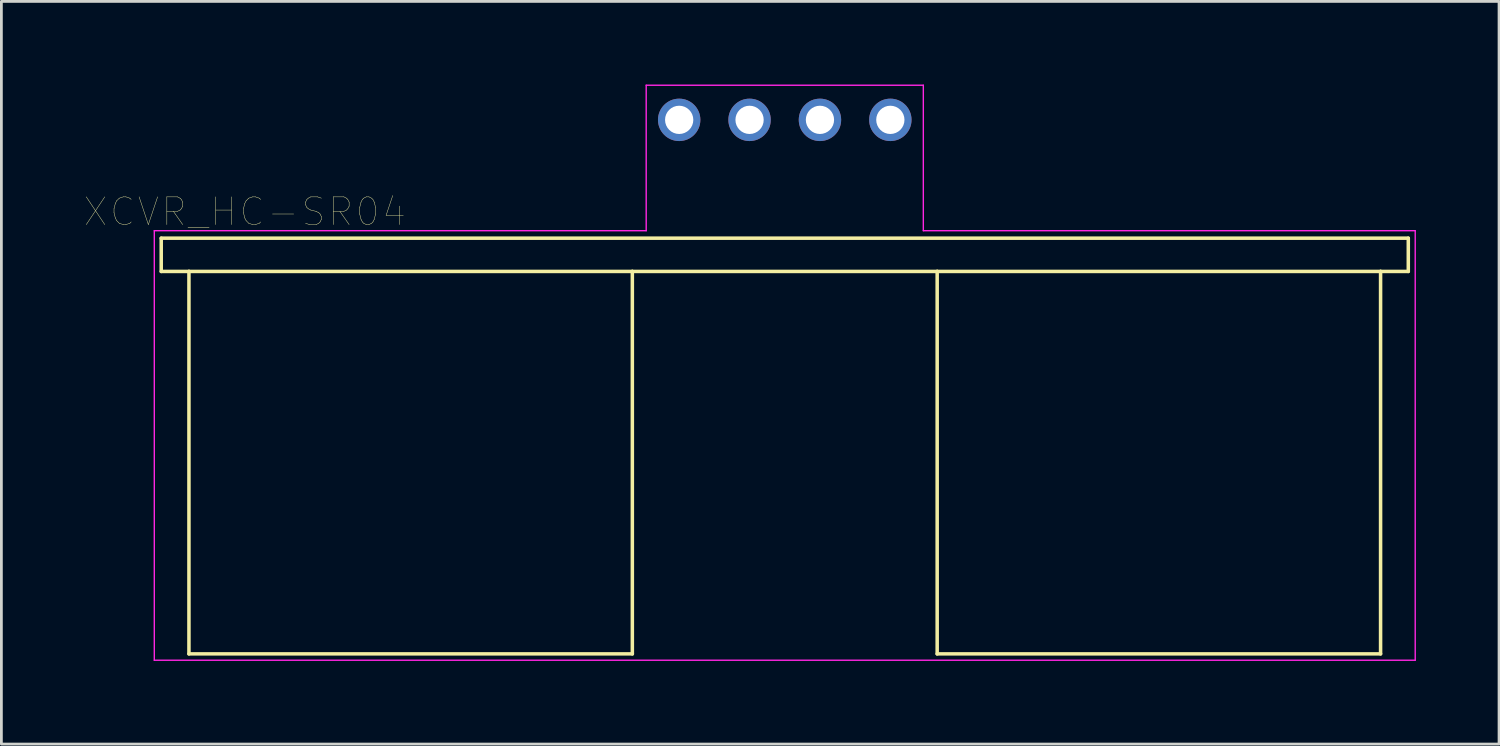
<source format=kicad_pcb>
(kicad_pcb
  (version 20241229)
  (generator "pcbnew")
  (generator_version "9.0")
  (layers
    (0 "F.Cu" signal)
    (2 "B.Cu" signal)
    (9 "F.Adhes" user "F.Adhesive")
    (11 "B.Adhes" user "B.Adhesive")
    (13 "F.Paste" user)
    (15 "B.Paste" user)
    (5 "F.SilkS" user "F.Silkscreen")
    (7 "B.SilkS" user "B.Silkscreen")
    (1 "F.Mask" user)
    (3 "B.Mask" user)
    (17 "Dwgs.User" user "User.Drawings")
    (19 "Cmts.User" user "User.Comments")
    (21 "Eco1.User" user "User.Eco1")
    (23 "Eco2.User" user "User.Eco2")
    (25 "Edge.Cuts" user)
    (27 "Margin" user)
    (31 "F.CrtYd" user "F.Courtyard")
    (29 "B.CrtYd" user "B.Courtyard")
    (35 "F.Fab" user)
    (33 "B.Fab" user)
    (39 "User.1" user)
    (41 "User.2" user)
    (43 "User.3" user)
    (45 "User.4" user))
  (footprint "XCVR_HC-SR04"
    (layer "F.Cu")
    (at 25.268 1.275)
    (property "Reference" "XCVR_HC-SR04" (at -19.485 3.317 0) (layer "F.SilkS") (effects (font (size 1.001 1.001) (thickness 0.015))))
    (attr through_hole)
    (fp_line (start -22.5 4.27) (end 22.5 4.27) (stroke (width 0.127) (type solid)) (layer "F.SilkS"))
    (fp_line (start -22.5 5.47) (end -22.5 4.27) (stroke (width 0.127) (type solid)) (layer "F.SilkS"))
    (fp_line (start -21.5 5.47) (end -22.5 5.47) (stroke (width 0.127) (type solid)) (layer "F.SilkS"))
    (fp_line (start -21.5 5.47) (end -21.5 19.27) (stroke (width 0.127) (type solid)) (layer "F.SilkS"))
    (fp_line (start -21.5 19.27) (end -5.5 19.27) (stroke (width 0.127) (type solid)) (layer "F.SilkS"))
    (fp_line (start -5.5 5.47) (end -21.5 5.47) (stroke (width 0.127) (type solid)) (layer "F.SilkS"))
    (fp_line (start -5.5 5.47) (end -5.5 19.27) (stroke (width 0.127) (type solid)) (layer "F.SilkS"))
    (fp_line (start 5.5 5.47) (end -5.5 5.47) (stroke (width 0.127) (type solid)) (layer "F.SilkS"))
    (fp_line (start 5.5 5.47) (end 5.5 19.27) (stroke (width 0.127) (type solid)) (layer "F.SilkS"))
    (fp_line (start 5.5 19.27) (end 21.5 19.27) (stroke (width 0.127) (type solid)) (layer "F.SilkS"))
    (fp_line (start 21.5 5.47) (end 5.5 5.47) (stroke (width 0.127) (type solid)) (layer "F.SilkS"))
    (fp_line (start 21.5 5.47) (end 21.5 19.27) (stroke (width 0.127) (type solid)) (layer "F.SilkS"))
    (fp_line (start 22.5 4.27) (end 22.5 5.47) (stroke (width 0.127) (type solid)) (layer "F.SilkS"))
    (fp_line (start 22.5 5.47) (end 21.5 5.47) (stroke (width 0.127) (type solid)) (layer "F.SilkS"))
    (fp_line (start -22.75 4) (end -22.75 19.5) (stroke (width 0.05) (type solid)) (layer "F.CrtYd"))
    (fp_line (start -22.75 19.5) (end 22.75 19.5) (stroke (width 0.05) (type solid)) (layer "F.CrtYd"))
    (fp_line (start -5 -1.25) (end -5 4) (stroke (width 0.05) (type solid)) (layer "F.CrtYd"))
    (fp_line (start -5 4) (end -22.75 4) (stroke (width 0.05) (type solid)) (layer "F.CrtYd"))
    (fp_line (start 5 -1.25) (end -5 -1.25) (stroke (width 0.05) (type solid)) (layer "F.CrtYd"))
    (fp_line (start 5 4) (end 5 -1.25) (stroke (width 0.05) (type solid)) (layer "F.CrtYd"))
    (fp_line (start 22.75 4) (end 5 4) (stroke (width 0.05) (type solid)) (layer "F.CrtYd"))
    (fp_line (start 22.75 19.5) (end 22.75 4) (stroke (width 0.05) (type solid)) (layer "F.CrtYd"))
    (pad "1" thru_hole circle (at -3.81 0) (size 1.53 1.53) (drill 1.02) (layers "*.Cu" "*.Mask"))
    (pad "2" thru_hole circle (at -1.27 0) (size 1.53 1.53) (drill 1.02) (layers "*.Cu" "*.Mask"))
    (pad "3" thru_hole circle (at 1.27 0) (size 1.53 1.53) (drill 1.02) (layers "*.Cu" "*.Mask"))
    (pad "4" thru_hole circle (at 3.81 0) (size 1.53 1.53) (drill 1.02) (layers "*.Cu" "*.Mask")))
  (gr_rect
    (start -3 -3)
    (end 51.043 23.8)
    (stroke (width 0.1) (type default))
    (fill no)
    (layer "Edge.Cuts")))
</source>
